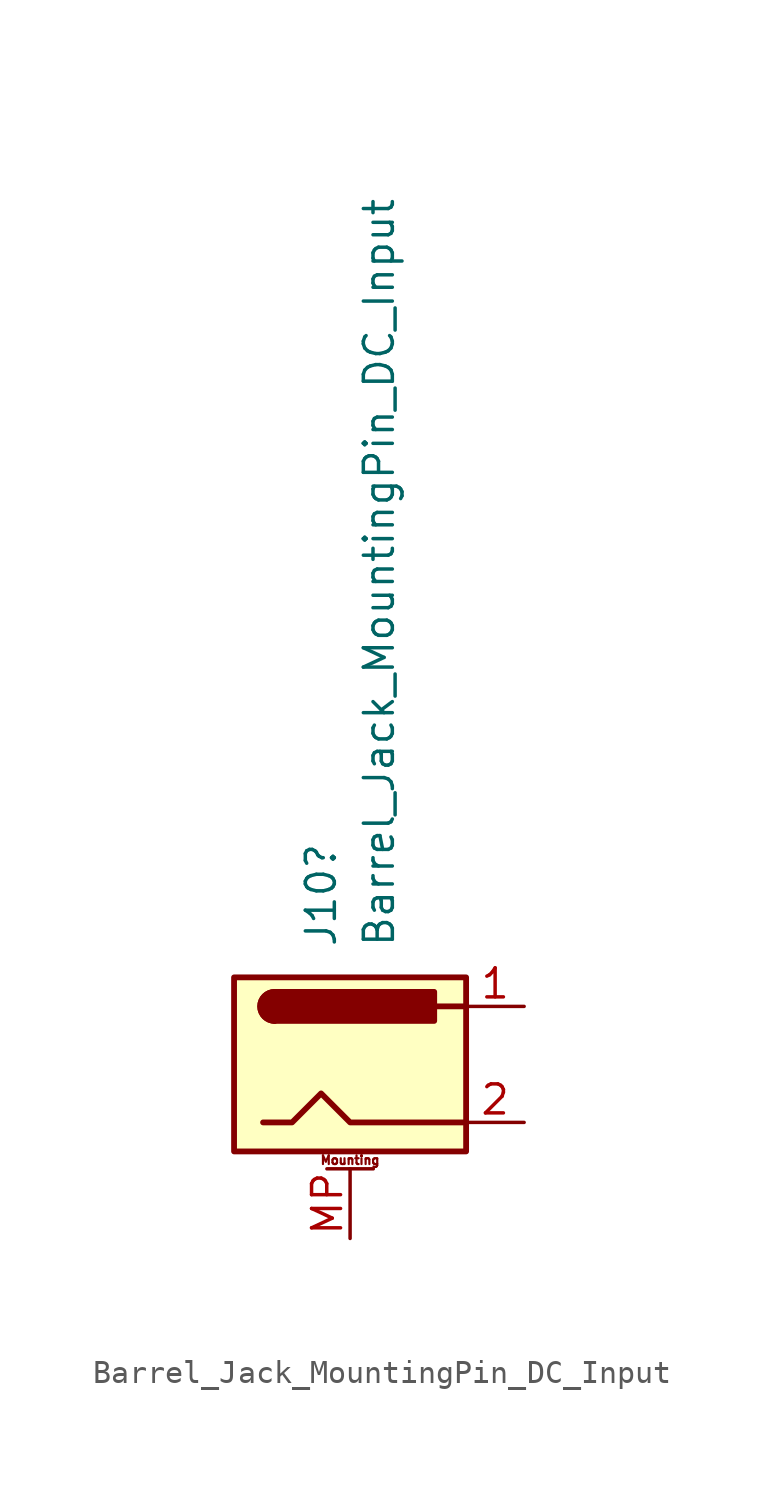
<source format=kicad_sym>
(kicad_symbol_lib
  (version 20241209)
  (generator "kicad_symbol_editor")
  (generator_version "9.0")
  (symbol "Barrel_Jack_MountingPin_DC_Input"
    (pin_names
      (hide yes))
    (property "Reference" "J10"
      (at -1.27 5.08 90)
      (effects (font (size 1.27 1.27)) (justify left)))
    (property "Value" "Barrel_Jack_MountingPin_DC_Input"
      (at 1.27 5.08 90)
      (effects (font (size 1.27 1.27)) (justify left)))
    (symbol "Barrel_Jack_MountingPin_DC_Input_0_1"
      (rectangle (start -5.08 3.81) (end 5.08 -3.81) (stroke (width 0.254) (type default)) (fill (type background)))
      (polyline (pts (xy -3.81 -2.54) (xy -2.54 -2.54) (xy -1.27 -1.27) (xy 0 -2.54) (xy 2.54 -2.54) (xy 5.08 -2.54)) (stroke (width 0.254) (type default)) (fill (type none)))
      (arc (start -3.302 1.905) (mid -3.9343 2.54) (end -3.302 3.175) (stroke (width 0.254) (type default)) (fill (type none)))
      (arc (start -3.302 1.905) (mid -3.9343 2.54) (end -3.302 3.175) (stroke (width 0.254) (type default)) (fill (type outline)))
      (rectangle (start 3.683 3.175) (end -3.302 1.905) (stroke (width 0.254) (type default)) (fill (type outline)))
      (polyline (pts (xy 5.08 2.54) (xy 3.81 2.54)) (stroke (width 0.254) (type default)) (fill (type none))))
    (symbol "Barrel_Jack_MountingPin_DC_Input_1_1"
      (polyline (pts (xy -1.016 -4.572) (xy 1.016 -4.572)) (stroke (width 0.152) (type default)) (fill (type none)))
      (text "Mounting" (at 0 -4.191 0) (effects (font (size 0.381 0.381))))
      (pin passive line (at 0 -7.62 90) (length 3.048) (name "MountPin" (effects (font (size 1.27 1.27)))) (number "MP" (effects (font (size 1.27 1.27)))))
      (pin passive line (at 7.62 2.54 180) (length 2.54) (name "~" (effects (font (size 1.27 1.27)))) (number "1" (effects (font (size 1.27 1.27)))))
      (pin power_out line (at 7.62 -2.54 180) (length 2.54) (name "~" (effects (font (size 1.27 1.27)))) (number "2" (effects (font (size 1.27 1.27))))))))
</source>
